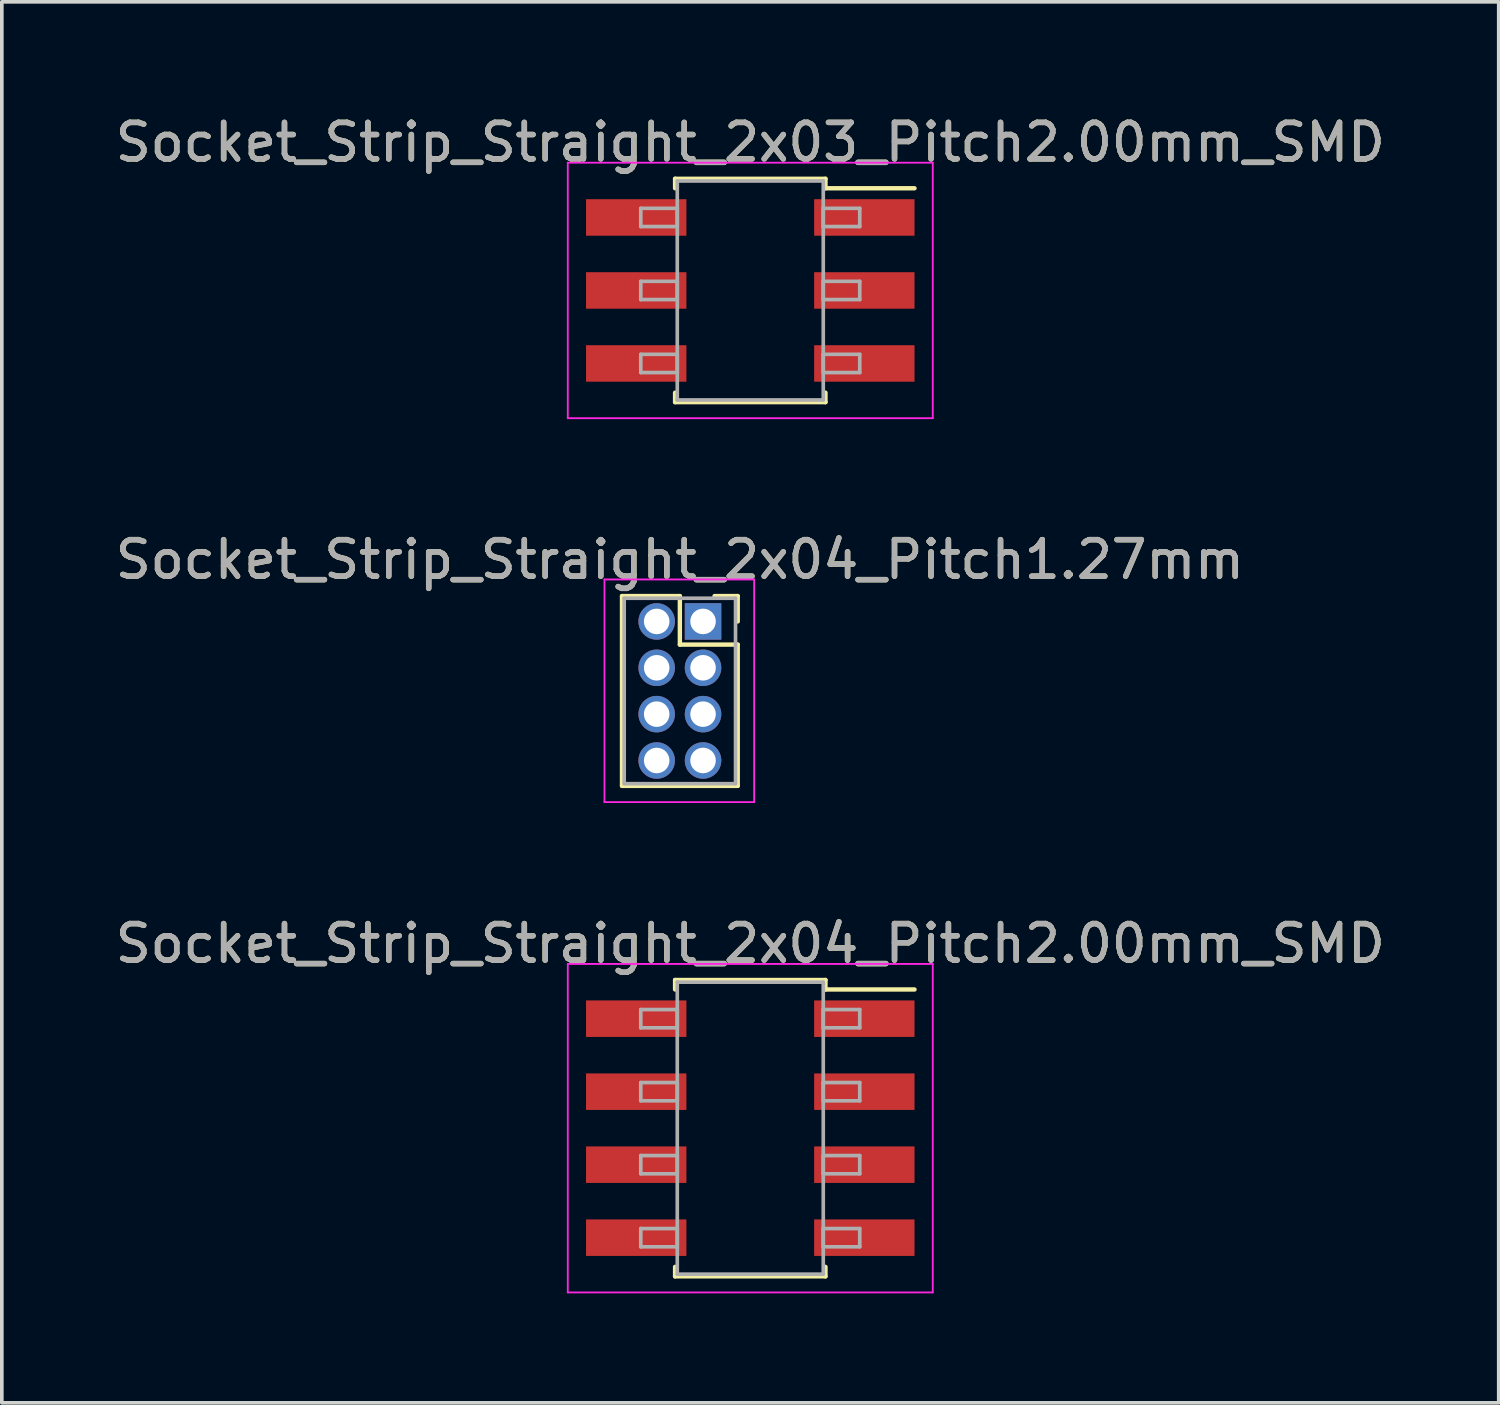
<source format=kicad_pcb>
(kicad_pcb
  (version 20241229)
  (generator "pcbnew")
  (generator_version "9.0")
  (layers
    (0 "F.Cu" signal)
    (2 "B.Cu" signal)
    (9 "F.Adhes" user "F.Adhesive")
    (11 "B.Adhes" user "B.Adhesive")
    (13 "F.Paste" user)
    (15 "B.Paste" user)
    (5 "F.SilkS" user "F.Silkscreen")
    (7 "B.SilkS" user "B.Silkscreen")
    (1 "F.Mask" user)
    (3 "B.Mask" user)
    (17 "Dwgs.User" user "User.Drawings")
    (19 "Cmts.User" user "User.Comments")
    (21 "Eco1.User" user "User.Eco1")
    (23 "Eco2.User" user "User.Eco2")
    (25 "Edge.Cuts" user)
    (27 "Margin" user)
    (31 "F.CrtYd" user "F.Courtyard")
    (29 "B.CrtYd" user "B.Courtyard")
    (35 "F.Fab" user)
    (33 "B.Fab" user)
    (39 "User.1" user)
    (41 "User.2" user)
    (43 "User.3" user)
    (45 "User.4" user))
  (footprint "Socket_Strip_Straight_2x04_Pitch2.00mm_SMD"
    (layer "F.Cu")
    (at 17.506 27.86)
    (property "Reference" "Socket_Strip_Straight_2x04_Pitch2.00mm_SMD" (at 0 -5.06 0) (layer "F.SilkS") (effects (font (size 1 1) (thickness 0.15))))
    (attr smd)
    (fp_line (start -2.06 -4.06) (end 2.06 -4.06) (stroke (width 0.12) (type solid)) (layer "F.SilkS"))
    (fp_line (start -2.06 -3.8) (end -2.06 -4.06) (stroke (width 0.12) (type solid)) (layer "F.SilkS"))
    (fp_line (start -2.06 3.8) (end -2.06 4.06) (stroke (width 0.12) (type solid)) (layer "F.SilkS"))
    (fp_line (start -2.06 4.06) (end 2.06 4.06) (stroke (width 0.12) (type solid)) (layer "F.SilkS"))
    (fp_line (start 2.06 -4.06) (end 2.06 -3.8) (stroke (width 0.12) (type solid)) (layer "F.SilkS"))
    (fp_line (start 2.06 4.06) (end 2.06 3.8) (stroke (width 0.12) (type solid)) (layer "F.SilkS"))
    (fp_line (start 4.5 -3.8) (end 2.06 -3.8) (stroke (width 0.12) (type solid)) (layer "F.SilkS"))
    (fp_line (start -5 -4.5) (end -5 4.5) (stroke (width 0.05) (type solid)) (layer "F.CrtYd"))
    (fp_line (start -5 4.5) (end 5 4.5) (stroke (width 0.05) (type solid)) (layer "F.CrtYd"))
    (fp_line (start 5 -4.5) (end -5 -4.5) (stroke (width 0.05) (type solid)) (layer "F.CrtYd"))
    (fp_line (start 5 4.5) (end 5 -4.5) (stroke (width 0.05) (type solid)) (layer "F.CrtYd"))
    (fp_line (start -3 -3.25) (end -2 -3.25) (stroke (width 0.1) (type solid)) (layer "F.Fab"))
    (fp_line (start -3 -2.75) (end -3 -3.25) (stroke (width 0.1) (type solid)) (layer "F.Fab"))
    (fp_line (start -3 -1.25) (end -2 -1.25) (stroke (width 0.1) (type solid)) (layer "F.Fab"))
    (fp_line (start -3 -0.75) (end -3 -1.25) (stroke (width 0.1) (type solid)) (layer "F.Fab"))
    (fp_line (start -3 0.75) (end -2 0.75) (stroke (width 0.1) (type solid)) (layer "F.Fab"))
    (fp_line (start -3 1.25) (end -3 0.75) (stroke (width 0.1) (type solid)) (layer "F.Fab"))
    (fp_line (start -3 2.75) (end -2 2.75) (stroke (width 0.1) (type solid)) (layer "F.Fab"))
    (fp_line (start -3 3.25) (end -3 2.75) (stroke (width 0.1) (type solid)) (layer "F.Fab"))
    (fp_line (start -2 -4) (end -2 4) (stroke (width 0.1) (type solid)) (layer "F.Fab"))
    (fp_line (start -2 -3.25) (end -2 -2.75) (stroke (width 0.1) (type solid)) (layer "F.Fab"))
    (fp_line (start -2 -2.75) (end -3 -2.75) (stroke (width 0.1) (type solid)) (layer "F.Fab"))
    (fp_line (start -2 -1.25) (end -2 -0.75) (stroke (width 0.1) (type solid)) (layer "F.Fab"))
    (fp_line (start -2 -0.75) (end -3 -0.75) (stroke (width 0.1) (type solid)) (layer "F.Fab"))
    (fp_line (start -2 0.75) (end -2 1.25) (stroke (width 0.1) (type solid)) (layer "F.Fab"))
    (fp_line (start -2 1.25) (end -3 1.25) (stroke (width 0.1) (type solid)) (layer "F.Fab"))
    (fp_line (start -2 2.75) (end -2 3.25) (stroke (width 0.1) (type solid)) (layer "F.Fab"))
    (fp_line (start -2 3.25) (end -3 3.25) (stroke (width 0.1) (type solid)) (layer "F.Fab"))
    (fp_line (start -2 4) (end 2 4) (stroke (width 0.1) (type solid)) (layer "F.Fab"))
    (fp_line (start 2 -4) (end -2 -4) (stroke (width 0.1) (type solid)) (layer "F.Fab"))
    (fp_line (start 2 -3.25) (end 2 -2.75) (stroke (width 0.1) (type solid)) (layer "F.Fab"))
    (fp_line (start 2 -2.75) (end 3 -2.75) (stroke (width 0.1) (type solid)) (layer "F.Fab"))
    (fp_line (start 2 -1.25) (end 2 -0.75) (stroke (width 0.1) (type solid)) (layer "F.Fab"))
    (fp_line (start 2 -0.75) (end 3 -0.75) (stroke (width 0.1) (type solid)) (layer "F.Fab"))
    (fp_line (start 2 0.75) (end 2 1.25) (stroke (width 0.1) (type solid)) (layer "F.Fab"))
    (fp_line (start 2 1.25) (end 3 1.25) (stroke (width 0.1) (type solid)) (layer "F.Fab"))
    (fp_line (start 2 2.75) (end 2 3.25) (stroke (width 0.1) (type solid)) (layer "F.Fab"))
    (fp_line (start 2 3.25) (end 3 3.25) (stroke (width 0.1) (type solid)) (layer "F.Fab"))
    (fp_line (start 2 4) (end 2 -4) (stroke (width 0.1) (type solid)) (layer "F.Fab"))
    (fp_line (start 3 -3.25) (end 2 -3.25) (stroke (width 0.1) (type solid)) (layer "F.Fab"))
    (fp_line (start 3 -2.75) (end 3 -3.25) (stroke (width 0.1) (type solid)) (layer "F.Fab"))
    (fp_line (start 3 -1.25) (end 2 -1.25) (stroke (width 0.1) (type solid)) (layer "F.Fab"))
    (fp_line (start 3 -0.75) (end 3 -1.25) (stroke (width 0.1) (type solid)) (layer "F.Fab"))
    (fp_line (start 3 0.75) (end 2 0.75) (stroke (width 0.1) (type solid)) (layer "F.Fab"))
    (fp_line (start 3 1.25) (end 3 0.75) (stroke (width 0.1) (type solid)) (layer "F.Fab"))
    (fp_line (start 3 2.75) (end 2 2.75) (stroke (width 0.1) (type solid)) (layer "F.Fab"))
    (fp_line (start 3 3.25) (end 3 2.75) (stroke (width 0.1) (type solid)) (layer "F.Fab"))
    (fp_text user "${REFERENCE}" (at 0 -5.06 0) (layer "F.Fab") (effects (font (size 1 1) (thickness 0.15))))
    (pad "1" smd rect (at 3.125 -3) (size 2.75 1) (layers "F.Cu" "F.Mask" "F.Paste"))
    (pad "2" smd rect (at -3.125 -3) (size 2.75 1) (layers "F.Cu" "F.Mask" "F.Paste"))
    (pad "3" smd rect (at 3.125 -1) (size 2.75 1) (layers "F.Cu" "F.Mask" "F.Paste"))
    (pad "4" smd rect (at -3.125 -1) (size 2.75 1) (layers "F.Cu" "F.Mask" "F.Paste"))
    (pad "5" smd rect (at 3.125 1) (size 2.75 1) (layers "F.Cu" "F.Mask" "F.Paste"))
    (pad "6" smd rect (at -3.125 1) (size 2.75 1) (layers "F.Cu" "F.Mask" "F.Paste"))
    (pad "7" smd rect (at 3.125 3) (size 2.75 1) (layers "F.Cu" "F.Mask" "F.Paste"))
    (pad "8" smd rect (at -3.125 3) (size 2.75 1) (layers "F.Cu" "F.Mask" "F.Paste")))
  (footprint "Socket_Strip_Straight_2x04_Pitch1.27mm"
    (layer "F.Cu")
    (at 16.212 13.976)
    (property "Reference" "Socket_Strip_Straight_2x04_Pitch1.27mm" (at -0.635 -1.695 0) (layer "F.SilkS") (effects (font (size 1 1) (thickness 0.15))))
    (attr through_hole)
    (fp_line (start -2.22 -0.695) (end -0.635 -0.695) (stroke (width 0.12) (type solid)) (layer "F.SilkS"))
    (fp_line (start -2.22 4.505) (end -2.22 -0.695) (stroke (width 0.12) (type solid)) (layer "F.SilkS"))
    (fp_line (start -0.635 -0.695) (end -0.635 0.635) (stroke (width 0.12) (type solid)) (layer "F.SilkS"))
    (fp_line (start -0.635 0.635) (end 0.95 0.635) (stroke (width 0.12) (type solid)) (layer "F.SilkS"))
    (fp_line (start 0.95 -0.695) (end 0.315 -0.695) (stroke (width 0.12) (type solid)) (layer "F.SilkS"))
    (fp_line (start 0.95 0) (end 0.95 -0.695) (stroke (width 0.12) (type solid)) (layer "F.SilkS"))
    (fp_line (start 0.95 0.635) (end 0.95 4.505) (stroke (width 0.12) (type solid)) (layer "F.SilkS"))
    (fp_line (start 0.95 4.505) (end -2.22 4.505) (stroke (width 0.12) (type solid)) (layer "F.SilkS"))
    (fp_line (start -2.7 -1.15) (end -2.7 4.95) (stroke (width 0.05) (type solid)) (layer "F.CrtYd"))
    (fp_line (start -2.7 4.95) (end 1.4 4.95) (stroke (width 0.05) (type solid)) (layer "F.CrtYd"))
    (fp_line (start 1.4 -1.15) (end -2.7 -1.15) (stroke (width 0.05) (type solid)) (layer "F.CrtYd"))
    (fp_line (start 1.4 4.95) (end 1.4 -1.15) (stroke (width 0.05) (type solid)) (layer "F.CrtYd"))
    (fp_line (start -2.16 -0.635) (end -2.16 4.445) (stroke (width 0.1) (type solid)) (layer "F.Fab"))
    (fp_line (start -2.16 4.445) (end 0.89 4.445) (stroke (width 0.1) (type solid)) (layer "F.Fab"))
    (fp_line (start 0.89 -0.635) (end -2.16 -0.635) (stroke (width 0.1) (type solid)) (layer "F.Fab"))
    (fp_line (start 0.89 4.445) (end 0.89 -0.635) (stroke (width 0.1) (type solid)) (layer "F.Fab"))
    (fp_text user "${REFERENCE}" (at -0.635 -1.695 0) (layer "F.Fab") (effects (font (size 1 1) (thickness 0.15))))
    (pad "1" thru_hole rect (at 0 0) (size 1 1) (drill 0.7) (layers "*.Cu" "*.Mask"))
    (pad "2" thru_hole oval (at -1.27 0) (size 1 1) (drill 0.7) (layers "*.Cu" "*.Mask"))
    (pad "3" thru_hole oval (at 0 1.27) (size 1 1) (drill 0.7) (layers "*.Cu" "*.Mask"))
    (pad "4" thru_hole oval (at -1.27 1.27) (size 1 1) (drill 0.7) (layers "*.Cu" "*.Mask"))
    (pad "5" thru_hole oval (at 0 2.54) (size 1 1) (drill 0.7) (layers "*.Cu" "*.Mask"))
    (pad "6" thru_hole oval (at -1.27 2.54) (size 1 1) (drill 0.7) (layers "*.Cu" "*.Mask"))
    (pad "7" thru_hole oval (at 0 3.81) (size 1 1) (drill 0.7) (layers "*.Cu" "*.Mask"))
    (pad "8" thru_hole oval (at -1.27 3.81) (size 1 1) (drill 0.7) (layers "*.Cu" "*.Mask")))
  (footprint "Socket_Strip_Straight_2x03_Pitch2.00mm_SMD"
    (layer "F.Cu")
    (at 17.506 4.908)
    (property "Reference" "Socket_Strip_Straight_2x03_Pitch2.00mm_SMD" (at 0 -4.06 0) (layer "F.SilkS") (effects (font (size 1 1) (thickness 0.15))))
    (attr smd)
    (fp_line (start -2.06 -3.06) (end 2.06 -3.06) (stroke (width 0.12) (type solid)) (layer "F.SilkS"))
    (fp_line (start -2.06 -2.8) (end -2.06 -3.06) (stroke (width 0.12) (type solid)) (layer "F.SilkS"))
    (fp_line (start -2.06 2.8) (end -2.06 3.06) (stroke (width 0.12) (type solid)) (layer "F.SilkS"))
    (fp_line (start -2.06 3.06) (end 2.06 3.06) (stroke (width 0.12) (type solid)) (layer "F.SilkS"))
    (fp_line (start 2.06 -3.06) (end 2.06 -2.8) (stroke (width 0.12) (type solid)) (layer "F.SilkS"))
    (fp_line (start 2.06 3.06) (end 2.06 2.8) (stroke (width 0.12) (type solid)) (layer "F.SilkS"))
    (fp_line (start 4.5 -2.8) (end 2.06 -2.8) (stroke (width 0.12) (type solid)) (layer "F.SilkS"))
    (fp_line (start -5 -3.5) (end -5 3.5) (stroke (width 0.05) (type solid)) (layer "F.CrtYd"))
    (fp_line (start -5 3.5) (end 5 3.5) (stroke (width 0.05) (type solid)) (layer "F.CrtYd"))
    (fp_line (start 5 -3.5) (end -5 -3.5) (stroke (width 0.05) (type solid)) (layer "F.CrtYd"))
    (fp_line (start 5 3.5) (end 5 -3.5) (stroke (width 0.05) (type solid)) (layer "F.CrtYd"))
    (fp_line (start -3 -2.25) (end -2 -2.25) (stroke (width 0.1) (type solid)) (layer "F.Fab"))
    (fp_line (start -3 -1.75) (end -3 -2.25) (stroke (width 0.1) (type solid)) (layer "F.Fab"))
    (fp_line (start -3 -0.25) (end -2 -0.25) (stroke (width 0.1) (type solid)) (layer "F.Fab"))
    (fp_line (start -3 0.25) (end -3 -0.25) (stroke (width 0.1) (type solid)) (layer "F.Fab"))
    (fp_line (start -3 1.75) (end -2 1.75) (stroke (width 0.1) (type solid)) (layer "F.Fab"))
    (fp_line (start -3 2.25) (end -3 1.75) (stroke (width 0.1) (type solid)) (layer "F.Fab"))
    (fp_line (start -2 -3) (end -2 3) (stroke (width 0.1) (type solid)) (layer "F.Fab"))
    (fp_line (start -2 -2.25) (end -2 -1.75) (stroke (width 0.1) (type solid)) (layer "F.Fab"))
    (fp_line (start -2 -1.75) (end -3 -1.75) (stroke (width 0.1) (type solid)) (layer "F.Fab"))
    (fp_line (start -2 -0.25) (end -2 0.25) (stroke (width 0.1) (type solid)) (layer "F.Fab"))
    (fp_line (start -2 0.25) (end -3 0.25) (stroke (width 0.1) (type solid)) (layer "F.Fab"))
    (fp_line (start -2 1.75) (end -2 2.25) (stroke (width 0.1) (type solid)) (layer "F.Fab"))
    (fp_line (start -2 2.25) (end -3 2.25) (stroke (width 0.1) (type solid)) (layer "F.Fab"))
    (fp_line (start -2 3) (end 2 3) (stroke (width 0.1) (type solid)) (layer "F.Fab"))
    (fp_line (start 2 -3) (end -2 -3) (stroke (width 0.1) (type solid)) (layer "F.Fab"))
    (fp_line (start 2 -2.25) (end 2 -1.75) (stroke (width 0.1) (type solid)) (layer "F.Fab"))
    (fp_line (start 2 -1.75) (end 3 -1.75) (stroke (width 0.1) (type solid)) (layer "F.Fab"))
    (fp_line (start 2 -0.25) (end 2 0.25) (stroke (width 0.1) (type solid)) (layer "F.Fab"))
    (fp_line (start 2 0.25) (end 3 0.25) (stroke (width 0.1) (type solid)) (layer "F.Fab"))
    (fp_line (start 2 1.75) (end 2 2.25) (stroke (width 0.1) (type solid)) (layer "F.Fab"))
    (fp_line (start 2 2.25) (end 3 2.25) (stroke (width 0.1) (type solid)) (layer "F.Fab"))
    (fp_line (start 2 3) (end 2 -3) (stroke (width 0.1) (type solid)) (layer "F.Fab"))
    (fp_line (start 3 -2.25) (end 2 -2.25) (stroke (width 0.1) (type solid)) (layer "F.Fab"))
    (fp_line (start 3 -1.75) (end 3 -2.25) (stroke (width 0.1) (type solid)) (layer "F.Fab"))
    (fp_line (start 3 -0.25) (end 2 -0.25) (stroke (width 0.1) (type solid)) (layer "F.Fab"))
    (fp_line (start 3 0.25) (end 3 -0.25) (stroke (width 0.1) (type solid)) (layer "F.Fab"))
    (fp_line (start 3 1.75) (end 2 1.75) (stroke (width 0.1) (type solid)) (layer "F.Fab"))
    (fp_line (start 3 2.25) (end 3 1.75) (stroke (width 0.1) (type solid)) (layer "F.Fab"))
    (fp_text user "${REFERENCE}" (at 0 -4.06 0) (layer "F.Fab") (effects (font (size 1 1) (thickness 0.15))))
    (pad "1" smd rect (at 3.125 -2) (size 2.75 1) (layers "F.Cu" "F.Mask" "F.Paste"))
    (pad "2" smd rect (at -3.125 -2) (size 2.75 1) (layers "F.Cu" "F.Mask" "F.Paste"))
    (pad "3" smd rect (at 3.125 0) (size 2.75 1) (layers "F.Cu" "F.Mask" "F.Paste"))
    (pad "4" smd rect (at -3.125 0) (size 2.75 1) (layers "F.Cu" "F.Mask" "F.Paste"))
    (pad "5" smd rect (at 3.125 2) (size 2.75 1) (layers "F.Cu" "F.Mask" "F.Paste"))
    (pad "6" smd rect (at -3.125 2) (size 2.75 1) (layers "F.Cu" "F.Mask" "F.Paste")))
  (gr_rect
    (start -3 -3)
    (end 38.012 35.385)
    (stroke (width 0.1) (type default))
    (fill no)
    (layer "Edge.Cuts")))
</source>
